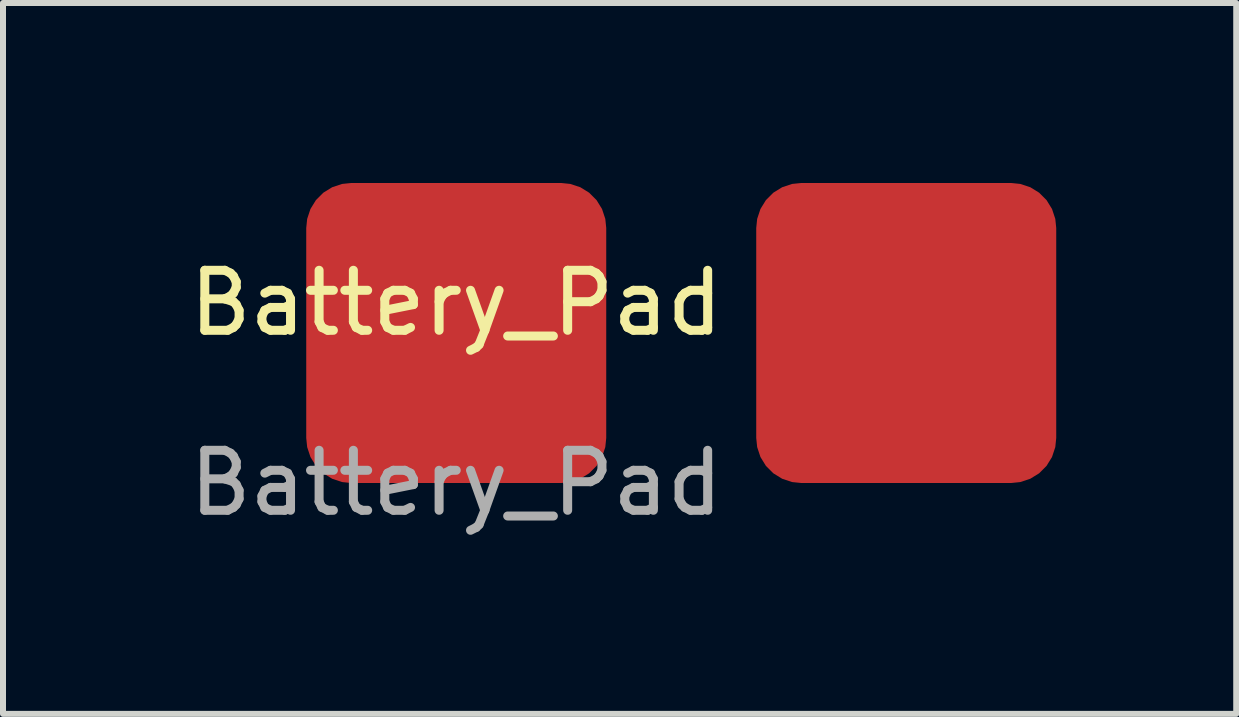
<source format=kicad_pcb>
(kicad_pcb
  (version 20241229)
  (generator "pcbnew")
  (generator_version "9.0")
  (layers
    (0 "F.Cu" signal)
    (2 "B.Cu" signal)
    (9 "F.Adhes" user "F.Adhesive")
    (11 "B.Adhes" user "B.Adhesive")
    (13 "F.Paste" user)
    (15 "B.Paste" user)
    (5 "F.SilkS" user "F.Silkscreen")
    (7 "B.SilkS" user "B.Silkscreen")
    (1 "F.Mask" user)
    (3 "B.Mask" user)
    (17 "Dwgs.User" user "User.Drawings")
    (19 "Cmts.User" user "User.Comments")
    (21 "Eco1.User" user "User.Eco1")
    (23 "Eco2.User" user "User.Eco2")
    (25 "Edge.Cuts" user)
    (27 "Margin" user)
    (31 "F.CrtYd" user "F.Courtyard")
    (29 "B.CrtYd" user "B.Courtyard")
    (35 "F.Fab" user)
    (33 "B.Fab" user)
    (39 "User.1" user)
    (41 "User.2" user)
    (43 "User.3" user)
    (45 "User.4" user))
  (footprint "Battery_Pad"
    (layer "F.Cu")
    (at 4.554 2.5)
    (property "Reference" "Battery_Pad" (at 0 -0.5 0) (unlocked yes) (layer "F.SilkS") (effects (font (size 1 1) (thickness 0.15))))
    (attr smd)
    (fp_text user "${REFERENCE}" (at 0 2.5 0) (unlocked yes) (layer "F.Fab") (effects (font (size 1 1) (thickness 0.15))))
    (pad "1" smd roundrect (at 0 0) (size 5 5) (layers "F.Cu" "F.Mask" "F.Paste") (roundrect_rratio 0.15))
    (pad "2" smd roundrect (at 7.5 0) (size 5 5) (layers "F.Cu" "F.Mask" "F.Paste") (roundrect_rratio 0.15)))
  (gr_rect
    (start -3 -3)
    (end 17.554 8.848)
    (stroke (width 0.1) (type default))
    (fill no)
    (layer "Edge.Cuts")))
</source>
